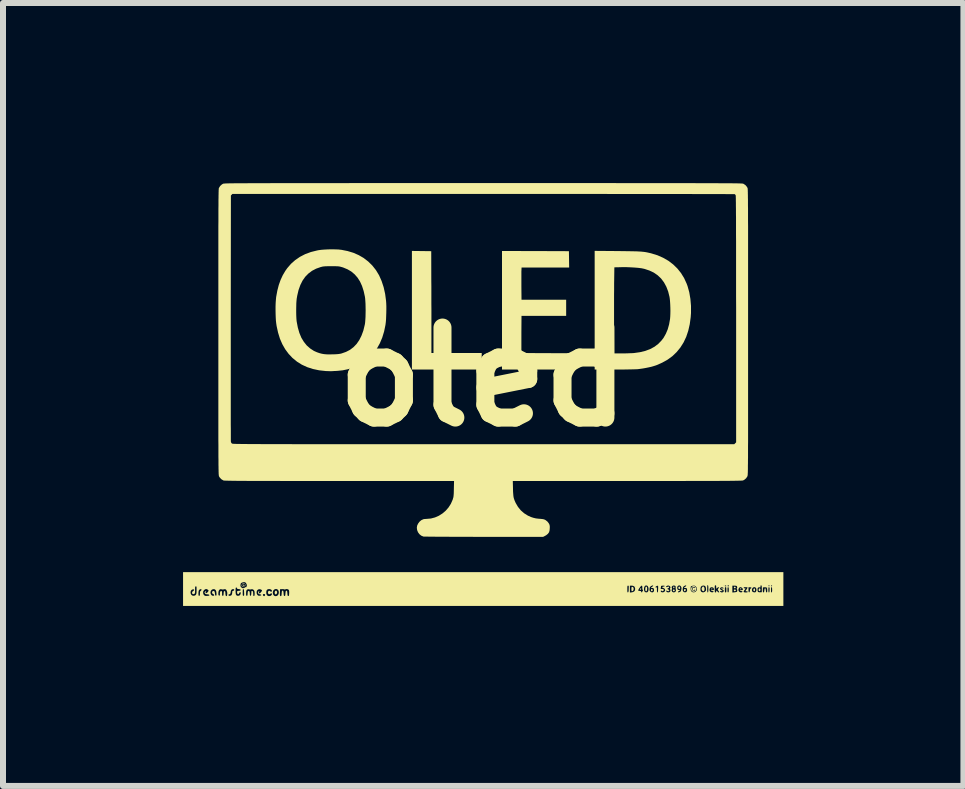
<source format=kicad_pcb>
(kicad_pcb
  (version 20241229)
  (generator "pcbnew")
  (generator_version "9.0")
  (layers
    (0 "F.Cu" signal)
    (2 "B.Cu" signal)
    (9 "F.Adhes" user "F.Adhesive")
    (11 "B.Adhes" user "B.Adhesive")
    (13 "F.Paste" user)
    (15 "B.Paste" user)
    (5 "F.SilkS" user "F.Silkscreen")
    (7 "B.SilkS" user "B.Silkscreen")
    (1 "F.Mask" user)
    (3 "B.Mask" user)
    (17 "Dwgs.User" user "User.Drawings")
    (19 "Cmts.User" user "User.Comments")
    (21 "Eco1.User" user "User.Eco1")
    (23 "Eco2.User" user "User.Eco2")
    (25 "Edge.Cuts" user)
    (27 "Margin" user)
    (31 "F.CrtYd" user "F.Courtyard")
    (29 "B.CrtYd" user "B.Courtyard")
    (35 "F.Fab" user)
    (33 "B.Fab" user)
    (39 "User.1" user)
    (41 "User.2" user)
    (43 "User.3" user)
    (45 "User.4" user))
  (footprint "oled"
    (layer "F.Cu")
    (at 5.001 3.229)
    (property "Reference" "oled" (at 0 0 0) (layer "F.SilkS") (effects (font (size 1.5 1.5) (thickness 0.3))))
    (attr board_only exclude_from_pos_files exclude_from_bom)
    (fp_poly (pts (xy 3.819 3.528) (xy 3.82 3.532) (xy 3.814 3.54) (xy 3.807 3.541) (xy 3.797 3.539) (xy 3.796 3.534) (xy 3.803 3.526) (xy 3.812 3.524)) (stroke (width 0) (type solid)) (fill yes) (layer "F.SilkS"))
    (fp_poly (pts (xy 4.299 3.527) (xy 4.301 3.532) (xy 4.296 3.54) (xy 4.289 3.541) (xy 4.278 3.538) (xy 4.276 3.532) (xy 4.281 3.524) (xy 4.289 3.523)) (stroke (width 0) (type solid)) (fill yes) (layer "F.SilkS"))
    (fp_poly (pts (xy 4.206 3.505) (xy 4.207 3.511) (xy 4.203 3.52) (xy 4.192 3.523) (xy 4.179 3.52) (xy 4.176 3.511) (xy 4.18 3.499) (xy 4.184 3.496) (xy 4.198 3.496)) (stroke (width 0) (type solid)) (fill yes) (layer "F.SilkS"))
    (fp_poly (pts (xy 2.632 3.529) (xy 2.632 3.532) (xy 2.629 3.544) (xy 2.619 3.548) (xy 2.619 3.548) (xy 2.61 3.546) (xy 2.611 3.539) (xy 2.613 3.536) (xy 2.622 3.522) (xy 2.629 3.52)) (stroke (width 0) (type solid)) (fill yes) (layer "F.SilkS"))
    (fp_poly (pts (xy 3.18 3.494) (xy 3.183 3.496) (xy 3.187 3.506) (xy 3.184 3.517) (xy 3.176 3.523) (xy 3.176 3.523) (xy 3.168 3.518) (xy 3.165 3.513) (xy 3.165 3.501) (xy 3.171 3.494)) (stroke (width 0) (type solid)) (fill yes) (layer "F.SilkS"))
    (fp_poly (pts (xy 3.187 3.546) (xy 3.191 3.559) (xy 3.19 3.565) (xy 3.182 3.572) (xy 3.176 3.573) (xy 3.165 3.569) (xy 3.162 3.565) (xy 3.161 3.551) (xy 3.17 3.542) (xy 3.176 3.541)) (stroke (width 0) (type solid)) (fill yes) (layer "F.SilkS"))
    (fp_poly (pts (xy 3.273 3.496) (xy 3.28 3.507) (xy 3.282 3.521) (xy 3.279 3.529) (xy 3.269 3.535) (xy 3.258 3.532) (xy 3.253 3.526) (xy 3.251 3.51) (xy 3.257 3.497) (xy 3.265 3.493)) (stroke (width 0) (type solid)) (fill yes) (layer "F.SilkS"))
    (fp_poly (pts (xy 4.193 3.543) (xy 4.207 3.547) (xy 4.21 3.557) (xy 4.206 3.567) (xy 4.193 3.572) (xy 4.181 3.571) (xy 4.176 3.564) (xy 4.176 3.557) (xy 4.178 3.545) (xy 4.186 3.542)) (stroke (width 0) (type solid)) (fill yes) (layer "F.SilkS"))
    (fp_poly (pts (xy 2.814 3.534) (xy 2.823 3.544) (xy 2.825 3.558) (xy 2.825 3.558) (xy 2.818 3.568) (xy 2.807 3.572) (xy 2.799 3.569) (xy 2.795 3.558) (xy 2.796 3.544) (xy 2.802 3.534) (xy 2.803 3.533)) (stroke (width 0) (type solid)) (fill yes) (layer "F.SilkS"))
    (fp_poly (pts (xy 4.612 3.526) (xy 4.618 3.537) (xy 4.619 3.549) (xy 4.615 3.565) (xy 4.606 3.571) (xy 4.596 3.569) (xy 4.59 3.56) (xy 4.589 3.546) (xy 4.593 3.531) (xy 4.594 3.53) (xy 4.603 3.523)) (stroke (width 0) (type solid)) (fill yes) (layer "F.SilkS"))
    (fp_poly (pts (xy 3.372 3.537) (xy 3.375 3.545) (xy 3.375 3.552) (xy 3.369 3.566) (xy 3.36 3.572) (xy 3.349 3.569) (xy 3.349 3.569) (xy 3.345 3.56) (xy 3.345 3.55) (xy 3.347 3.539) (xy 3.358 3.535) (xy 3.361 3.535)) (stroke (width 0) (type solid)) (fill yes) (layer "F.SilkS"))
    (fp_poly (pts (xy 4.525 3.528) (xy 4.529 3.538) (xy 4.529 3.548) (xy 4.527 3.564) (xy 4.52 3.571) (xy 4.518 3.572) (xy 4.507 3.569) (xy 4.504 3.564) (xy 4.501 3.547) (xy 4.505 3.533) (xy 4.514 3.526) (xy 4.517 3.526)) (stroke (width 0) (type solid)) (fill yes) (layer "F.SilkS"))
    (fp_poly (pts (xy -3.442 3.568) (xy -3.441 3.569) (xy -3.433 3.588) (xy -3.437 3.607) (xy -3.443 3.616) (xy -3.452 3.625) (xy -3.46 3.625) (xy -3.465 3.621) (xy -3.473 3.609) (xy -3.475 3.591) (xy -3.47 3.574) (xy -3.461 3.564) (xy -3.451 3.561)) (stroke (width 0) (type solid)) (fill yes) (layer "F.SilkS"))
    (fp_poly (pts (xy 2.496 3.503) (xy 2.505 3.518) (xy 2.507 3.533) (xy 2.503 3.553) (xy 2.492 3.567) (xy 2.478 3.573) (xy 2.478 3.573) (xy 2.473 3.569) (xy 2.47 3.558) (xy 2.469 3.536) (xy 2.469 3.535) (xy 2.47 3.514) (xy 2.472 3.503) (xy 2.477 3.498) (xy 2.481 3.498)) (stroke (width 0) (type solid)) (fill yes) (layer "F.SilkS"))
    (fp_poly (pts (xy 2.729 3.505) (xy 2.731 3.525) (xy 2.731 3.536) (xy 2.728 3.557) (xy 2.724 3.569) (xy 2.719 3.571) (xy 2.708 3.571) (xy 2.705 3.569) (xy 2.702 3.559) (xy 2.7 3.543) (xy 2.701 3.524) (xy 2.704 3.507) (xy 2.708 3.497) (xy 2.709 3.496) (xy 2.721 3.495)) (stroke (width 0) (type solid)) (fill yes) (layer "F.SilkS"))
    (fp_poly (pts (xy 3.675 3.497) (xy 3.684 3.511) (xy 3.688 3.53) (xy 3.688 3.534) (xy 3.685 3.556) (xy 3.677 3.569) (xy 3.666 3.572) (xy 3.653 3.565) (xy 3.648 3.559) (xy 3.641 3.544) (xy 3.638 3.532) (xy 3.642 3.518) (xy 3.649 3.504) (xy 3.658 3.494) (xy 3.663 3.491)) (stroke (width 0) (type solid)) (fill yes) (layer "F.SilkS"))
    (fp_poly (pts (xy -1.027 -2.096) (xy -0.866 -2.094) (xy -0.865 -1.6) (xy -0.864 -1.511) (xy -0.864 -1.416) (xy -0.864 -1.318) (xy -0.864 -1.219) (xy -0.863 -1.122) (xy -0.863 -1.027) (xy -0.863 -0.937) (xy -0.863 -0.855) (xy -0.863 -0.782) (xy -0.863 -0.752) (xy -0.863 -0.397) (xy -0.444 -0.397) (xy -0.025 -0.397) (xy -0.025 -0.274) (xy -0.025 -0.235) (xy -0.026 -0.199) (xy -0.027 -0.17) (xy -0.028 -0.148) (xy -0.029 -0.136) (xy -0.029 -0.136) (xy -0.033 -0.122) (xy -0.61 -0.122) (xy -1.188 -0.122) (xy -1.188 -1.11) (xy -1.188 -2.098)) (stroke (width 0) (type solid)) (fill yes) (layer "F.SilkS"))
    (fp_poly (pts (xy 0.871 -2.096) (xy 1.428 -2.094) (xy 1.43 -1.958) (xy 1.432 -1.822) (xy 1.035 -1.822) (xy 0.639 -1.822) (xy 0.637 -1.774) (xy 0.636 -1.756) (xy 0.636 -1.728) (xy 0.636 -1.69) (xy 0.636 -1.646) (xy 0.636 -1.597) (xy 0.636 -1.544) (xy 0.636 -1.505) (xy 0.638 -1.285) (xy 1.01 -1.285) (xy 1.382 -1.285) (xy 1.382 -1.15) (xy 1.382 -1.016) (xy 1.01 -1.016) (xy 0.638 -1.016) (xy 0.636 -0.742) (xy 0.636 -0.684) (xy 0.636 -0.628) (xy 0.636 -0.576) (xy 0.636 -0.529) (xy 0.636 -0.49) (xy 0.636 -0.46) (xy 0.636 -0.439) (xy 0.636 -0.433) (xy 0.638 -0.397) (xy 1.033 -0.395) (xy 1.428 -0.394) (xy 1.43 -0.258) (xy 1.432 -0.122) (xy 0.872 -0.122) (xy 0.313 -0.122) (xy 0.313 -1.11) (xy 0.313 -2.097)) (stroke (width 0) (type solid)) (fill yes) (layer "F.SilkS"))
    (fp_poly (pts (xy -3.979 3.44) (xy -3.965 3.453) (xy -3.954 3.469) (xy -3.952 3.48) (xy -3.953 3.488) (xy -3.955 3.484) (xy -3.958 3.474) (xy -3.966 3.458) (xy -3.976 3.448) (xy -3.976 3.448) (xy -3.994 3.443) (xy -4.009 3.449) (xy -4.017 3.463) (xy -4.018 3.482) (xy -4.017 3.485) (xy -4.009 3.495) (xy -3.997 3.497) (xy -3.986 3.492) (xy -3.984 3.488) (xy -3.983 3.478) (xy -3.988 3.473) (xy -3.994 3.478) (xy -3.994 3.478) (xy -4 3.483) (xy -4.003 3.481) (xy -4.004 3.471) (xy -3.996 3.463) (xy -3.986 3.462) (xy -3.978 3.471) (xy -3.977 3.484) (xy -3.982 3.497) (xy -3.994 3.503) (xy -3.995 3.503) (xy -4.01 3.501) (xy -4.018 3.497) (xy -4.026 3.482) (xy -4.024 3.464) (xy -4.016 3.448) (xy -4.002 3.437) (xy -3.992 3.435)) (stroke (width 0) (type solid)) (fill yes) (layer "F.SilkS"))
    (fp_poly (pts (xy 3.524 3.489) (xy 3.536 3.496) (xy 3.542 3.506) (xy 3.541 3.511) (xy 3.54 3.515) (xy 3.544 3.514) (xy 3.549 3.515) (xy 3.551 3.528) (xy 3.551 3.533) (xy 3.546 3.557) (xy 3.532 3.574) (xy 3.513 3.581) (xy 3.498 3.58) (xy 3.479 3.571) (xy 3.468 3.556) (xy 3.464 3.536) (xy 3.465 3.526) (xy 3.48 3.526) (xy 3.484 3.549) (xy 3.493 3.563) (xy 3.508 3.566) (xy 3.522 3.563) (xy 3.531 3.555) (xy 3.532 3.55) (xy 3.529 3.542) (xy 3.522 3.545) (xy 3.516 3.552) (xy 3.509 3.56) (xy 3.502 3.558) (xy 3.497 3.553) (xy 3.49 3.54) (xy 3.491 3.525) (xy 3.497 3.514) (xy 3.507 3.51) (xy 3.518 3.514) (xy 3.521 3.518) (xy 3.527 3.522) (xy 3.529 3.521) (xy 3.531 3.513) (xy 3.524 3.506) (xy 3.512 3.5) (xy 3.499 3.5) (xy 3.499 3.5) (xy 3.485 3.509) (xy 3.48 3.526) (xy 3.465 3.526) (xy 3.466 3.517) (xy 3.476 3.5) (xy 3.491 3.488) (xy 3.508 3.485)) (stroke (width 0) (type solid)) (fill yes) (layer "F.SilkS"))
    (fp_poly (pts (xy 2.233 -2.096) (xy 2.318 -2.095) (xy 2.391 -2.094) (xy 2.455 -2.093) (xy 2.509 -2.092) (xy 2.555 -2.091) (xy 2.595 -2.089) (xy 2.63 -2.087) (xy 2.66 -2.084) (xy 2.688 -2.081) (xy 2.713 -2.077) (xy 2.738 -2.072) (xy 2.764 -2.066) (xy 2.791 -2.06) (xy 2.802 -2.057) (xy 2.903 -2.026) (xy 2.998 -1.984) (xy 3.085 -1.934) (xy 3.164 -1.874) (xy 3.234 -1.806) (xy 3.295 -1.73) (xy 3.347 -1.646) (xy 3.389 -1.554) (xy 3.404 -1.514) (xy 3.433 -1.41) (xy 3.452 -1.299) (xy 3.462 -1.183) (xy 3.462 -1.064) (xy 3.457 -0.994) (xy 3.441 -0.876) (xy 3.416 -0.767) (xy 3.382 -0.666) (xy 3.338 -0.573) (xy 3.285 -0.489) (xy 3.223 -0.413) (xy 3.152 -0.345) (xy 3.071 -0.286) (xy 2.981 -0.236) (xy 2.883 -0.193) (xy 2.839 -0.179) (xy 2.805 -0.169) (xy 2.761 -0.159) (xy 2.712 -0.149) (xy 2.662 -0.14) (xy 2.613 -0.133) (xy 2.573 -0.128) (xy 2.553 -0.127) (xy 2.522 -0.126) (xy 2.482 -0.125) (xy 2.434 -0.124) (xy 2.379 -0.123) (xy 2.32 -0.122) (xy 2.257 -0.122) (xy 2.192 -0.122) (xy 2.181 -0.122) (xy 1.857 -0.122) (xy 1.857 -1.11) (xy 1.857 -1.134) (xy 2.18 -1.134) (xy 2.18 -1.048) (xy 2.18 -0.962) (xy 2.18 -0.889) (xy 2.182 -0.391) (xy 2.312 -0.391) (xy 2.357 -0.391) (xy 2.403 -0.392) (xy 2.447 -0.394) (xy 2.485 -0.395) (xy 2.513 -0.397) (xy 2.612 -0.411) (xy 2.702 -0.433) (xy 2.782 -0.463) (xy 2.854 -0.502) (xy 2.916 -0.549) (xy 2.97 -0.605) (xy 3.004 -0.649) (xy 3.043 -0.718) (xy 3.074 -0.792) (xy 3.097 -0.874) (xy 3.113 -0.965) (xy 3.113 -0.967) (xy 3.116 -1.003) (xy 3.118 -1.048) (xy 3.119 -1.098) (xy 3.118 -1.151) (xy 3.116 -1.205) (xy 3.113 -1.254) (xy 3.109 -1.298) (xy 3.104 -1.332) (xy 3.082 -1.421) (xy 3.051 -1.502) (xy 3.012 -1.574) (xy 2.964 -1.638) (xy 2.907 -1.692) (xy 2.842 -1.737) (xy 2.768 -1.772) (xy 2.685 -1.799) (xy 2.682 -1.8) (xy 2.639 -1.809) (xy 2.586 -1.816) (xy 2.525 -1.821) (xy 2.457 -1.825) (xy 2.384 -1.828) (xy 2.31 -1.828) (xy 2.285 -1.827) (xy 2.185 -1.825) (xy 2.182 -1.607) (xy 2.181 -1.564) (xy 2.181 -1.51) (xy 2.181 -1.448) (xy 2.18 -1.377) (xy 2.18 -1.3) (xy 2.18 -1.218) (xy 2.18 -1.134) (xy 1.857 -1.134) (xy 1.857 -2.099)) (stroke (width 0) (type solid)) (fill yes) (layer "F.SilkS"))
    (fp_poly (pts (xy -2.465 -2.124) (xy -2.412 -2.122) (xy -2.367 -2.117) (xy -2.364 -2.117) (xy -2.259 -2.096) (xy -2.163 -2.067) (xy -2.074 -2.028) (xy -1.993 -1.981) (xy -1.916 -1.922) (xy -1.847 -1.854) (xy -1.787 -1.778) (xy -1.735 -1.692) (xy -1.693 -1.597) (xy -1.659 -1.494) (xy -1.634 -1.382) (xy -1.619 -1.268) (xy -1.616 -1.228) (xy -1.614 -1.179) (xy -1.614 -1.125) (xy -1.615 -1.068) (xy -1.617 -1.011) (xy -1.619 -0.957) (xy -1.623 -0.91) (xy -1.628 -0.872) (xy -1.628 -0.869) (xy -1.651 -0.757) (xy -1.683 -0.652) (xy -1.724 -0.556) (xy -1.774 -0.467) (xy -1.832 -0.388) (xy -1.898 -0.317) (xy -1.972 -0.255) (xy -2.054 -0.203) (xy -2.091 -0.184) (xy -2.169 -0.152) (xy -2.254 -0.127) (xy -2.342 -0.109) (xy -2.429 -0.1) (xy -2.431 -0.1) (xy -2.461 -0.098) (xy -2.49 -0.097) (xy -2.513 -0.095) (xy -2.522 -0.095) (xy -2.539 -0.094) (xy -2.564 -0.095) (xy -2.594 -0.096) (xy -2.623 -0.097) (xy -2.733 -0.109) (xy -2.837 -0.131) (xy -2.933 -0.162) (xy -3.022 -0.203) (xy -3.102 -0.253) (xy -3.175 -0.313) (xy -3.176 -0.313) (xy -3.242 -0.383) (xy -3.299 -0.46) (xy -3.347 -0.544) (xy -3.387 -0.636) (xy -3.418 -0.737) (xy -3.442 -0.846) (xy -3.449 -0.893) (xy -3.454 -0.938) (xy -3.457 -0.991) (xy -3.459 -1.05) (xy -3.46 -1.112) (xy -3.46 -1.127) (xy -3.116 -1.127) (xy -3.116 -1.074) (xy -3.115 -1.023) (xy -3.113 -0.977) (xy -3.11 -0.939) (xy -3.108 -0.922) (xy -3.089 -0.822) (xy -3.063 -0.732) (xy -3.03 -0.652) (xy -2.988 -0.583) (xy -2.94 -0.523) (xy -2.883 -0.473) (xy -2.82 -0.432) (xy -2.77 -0.41) (xy -2.73 -0.396) (xy -2.693 -0.386) (xy -2.654 -0.379) (xy -2.611 -0.375) (xy -2.561 -0.374) (xy -2.516 -0.375) (xy -2.471 -0.376) (xy -2.435 -0.378) (xy -2.406 -0.381) (xy -2.381 -0.385) (xy -2.36 -0.39) (xy -2.286 -0.416) (xy -2.22 -0.45) (xy -2.161 -0.495) (xy -2.109 -0.549) (xy -2.065 -0.613) (xy -2.028 -0.687) (xy -1.997 -0.771) (xy -1.974 -0.866) (xy -1.971 -0.88) (xy -1.967 -0.911) (xy -1.964 -0.951) (xy -1.961 -0.999) (xy -1.96 -1.053) (xy -1.959 -1.108) (xy -1.96 -1.164) (xy -1.961 -1.217) (xy -1.964 -1.265) (xy -1.967 -1.306) (xy -1.971 -1.335) (xy -1.992 -1.43) (xy -2.019 -1.514) (xy -2.053 -1.589) (xy -2.094 -1.653) (xy -2.142 -1.708) (xy -2.198 -1.755) (xy -2.261 -1.792) (xy -2.333 -1.822) (xy -2.349 -1.827) (xy -2.368 -1.832) (xy -2.386 -1.837) (xy -2.403 -1.84) (xy -2.423 -1.842) (xy -2.447 -1.843) (xy -2.479 -1.844) (xy -2.521 -1.844) (xy -2.529 -1.844) (xy -2.573 -1.844) (xy -2.607 -1.843) (xy -2.634 -1.842) (xy -2.656 -1.84) (xy -2.674 -1.838) (xy -2.693 -1.833) (xy -2.706 -1.83) (xy -2.783 -1.803) (xy -2.852 -1.767) (xy -2.912 -1.722) (xy -2.965 -1.668) (xy -3.01 -1.604) (xy -3.047 -1.53) (xy -3.077 -1.446) (xy -3.099 -1.352) (xy -3.108 -1.3) (xy -3.111 -1.268) (xy -3.114 -1.227) (xy -3.115 -1.179) (xy -3.116 -1.127) (xy -3.46 -1.127) (xy -3.46 -1.174) (xy -3.458 -1.233) (xy -3.454 -1.286) (xy -3.45 -1.33) (xy -3.449 -1.335) (xy -3.43 -1.438) (xy -3.406 -1.531) (xy -3.376 -1.615) (xy -3.34 -1.693) (xy -3.297 -1.766) (xy -3.265 -1.811) (xy -3.203 -1.883) (xy -3.132 -1.946) (xy -3.053 -2) (xy -2.966 -2.045) (xy -2.871 -2.08) (xy -2.767 -2.106) (xy -2.741 -2.111) (xy -2.696 -2.117) (xy -2.642 -2.121) (xy -2.583 -2.124) (xy -2.523 -2.125)) (stroke (width 0) (type solid)) (fill yes) (layer "F.SilkS"))
    (fp_poly (pts (xy 0.544 -3.229) (xy 0.798 -3.229) (xy 1.041 -3.229) (xy 1.272 -3.229) (xy 1.492 -3.229) (xy 1.701 -3.229) (xy 1.899 -3.229) (xy 2.088 -3.229) (xy 2.266 -3.228) (xy 2.434 -3.228) (xy 2.593 -3.228) (xy 2.743 -3.228) (xy 2.884 -3.228) (xy 3.016 -3.228) (xy 3.14 -3.228) (xy 3.256 -3.228) (xy 3.364 -3.228) (xy 3.464 -3.228) (xy 3.557 -3.227) (xy 3.644 -3.227) (xy 3.723 -3.227) (xy 3.796 -3.227) (xy 3.863 -3.227) (xy 3.924 -3.226) (xy 3.98 -3.226) (xy 4.03 -3.226) (xy 4.075 -3.226) (xy 4.115 -3.225) (xy 4.151 -3.225) (xy 4.183 -3.224) (xy 4.21 -3.224) (xy 4.234 -3.224) (xy 4.255 -3.223) (xy 4.272 -3.223) (xy 4.287 -3.222) (xy 4.299 -3.222) (xy 4.309 -3.221) (xy 4.317 -3.221) (xy 4.323 -3.22) (xy 4.327 -3.219) (xy 4.331 -3.219) (xy 4.333 -3.218) (xy 4.335 -3.217) (xy 4.335 -3.217) (xy 4.369 -3.195) (xy 4.395 -3.164) (xy 4.404 -3.146) (xy 4.405 -3.143) (xy 4.406 -3.139) (xy 4.406 -3.132) (xy 4.407 -3.122) (xy 4.408 -3.11) (xy 4.408 -3.094) (xy 4.409 -3.075) (xy 4.409 -3.051) (xy 4.41 -3.023) (xy 4.41 -2.991) (xy 4.411 -2.953) (xy 4.411 -2.91) (xy 4.411 -2.86) (xy 4.412 -2.805) (xy 4.412 -2.743) (xy 4.412 -2.674) (xy 4.412 -2.598) (xy 4.413 -2.514) (xy 4.413 -2.422) (xy 4.413 -2.321) (xy 4.413 -2.212) (xy 4.413 -2.093) (xy 4.413 -1.965) (xy 4.413 -1.828) (xy 4.413 -1.679) (xy 4.413 -1.521) (xy 4.413 -1.351) (xy 4.413 -1.17) (xy 4.413 -0.977) (xy 4.413 -0.772) (xy 4.413 -0.746) (xy 4.413 -0.541) (xy 4.413 -0.348) (xy 4.413 -0.166) (xy 4.413 0.004) (xy 4.413 0.162) (xy 4.413 0.311) (xy 4.413 0.449) (xy 4.413 0.577) (xy 4.413 0.695) (xy 4.413 0.805) (xy 4.413 0.905) (xy 4.413 0.997) (xy 4.413 1.082) (xy 4.412 1.158) (xy 4.412 1.228) (xy 4.412 1.29) (xy 4.412 1.346) (xy 4.411 1.396) (xy 4.411 1.439) (xy 4.41 1.478) (xy 4.41 1.512) (xy 4.41 1.54) (xy 4.409 1.565) (xy 4.409 1.586) (xy 4.408 1.603) (xy 4.407 1.617) (xy 4.407 1.628) (xy 4.406 1.637) (xy 4.405 1.643) (xy 4.404 1.649) (xy 4.403 1.652) (xy 4.402 1.655) (xy 4.402 1.657) (xy 4.38 1.69) (xy 4.349 1.716) (xy 4.331 1.725) (xy 4.328 1.726) (xy 4.323 1.727) (xy 4.315 1.728) (xy 4.305 1.728) (xy 4.292 1.729) (xy 4.276 1.73) (xy 4.255 1.73) (xy 4.23 1.731) (xy 4.2 1.731) (xy 4.166 1.732) (xy 4.125 1.732) (xy 4.079 1.733) (xy 4.026 1.733) (xy 3.966 1.733) (xy 3.899 1.734) (xy 3.825 1.734) (xy 3.743 1.734) (xy 3.652 1.734) (xy 3.552 1.734) (xy 3.443 1.734) (xy 3.324 1.735) (xy 3.195 1.735) (xy 3.056 1.735) (xy 2.906 1.735) (xy 2.745 1.735) (xy 2.571 1.735) (xy 2.4 1.735) (xy 0.493 1.735) (xy 0.496 1.858) (xy 0.497 1.91) (xy 0.5 1.951) (xy 0.503 1.986) (xy 0.508 2.015) (xy 0.516 2.041) (xy 0.526 2.068) (xy 0.539 2.097) (xy 0.541 2.101) (xy 0.579 2.166) (xy 0.626 2.224) (xy 0.682 2.273) (xy 0.746 2.313) (xy 0.753 2.316) (xy 0.795 2.335) (xy 0.835 2.348) (xy 0.877 2.358) (xy 0.926 2.364) (xy 0.945 2.365) (xy 0.977 2.368) (xy 0.999 2.371) (xy 1.016 2.376) (xy 1.031 2.382) (xy 1.042 2.389) (xy 1.07 2.411) (xy 1.091 2.438) (xy 1.101 2.456) (xy 1.106 2.471) (xy 1.109 2.49) (xy 1.109 2.516) (xy 1.106 2.557) (xy 1.097 2.589) (xy 1.078 2.615) (xy 1.05 2.638) (xy 1.029 2.65) (xy 0.998 2.666) (xy 0.01 2.666) (xy -0.1 2.666) (xy -0.208 2.665) (xy -0.311 2.665) (xy -0.41 2.665) (xy -0.503 2.665) (xy -0.591 2.664) (xy -0.672 2.664) (xy -0.745 2.664) (xy -0.811 2.663) (xy -0.868 2.663) (xy -0.915 2.662) (xy -0.952 2.662) (xy -0.979 2.661) (xy -0.994 2.661) (xy -0.998 2.66) (xy -1.032 2.646) (xy -1.062 2.622) (xy -1.086 2.59) (xy -1.101 2.553) (xy -1.106 2.514) (xy -1.101 2.479) (xy -1.085 2.445) (xy -1.062 2.414) (xy -1.033 2.389) (xy -1.002 2.374) (xy -1.001 2.373) (xy -0.981 2.369) (xy -0.955 2.367) (xy -0.94 2.366) (xy -0.871 2.36) (xy -0.803 2.342) (xy -0.739 2.314) (xy -0.679 2.276) (xy -0.625 2.23) (xy -0.578 2.176) (xy -0.539 2.115) (xy -0.51 2.049) (xy -0.508 2.044) (xy -0.503 2.026) (xy -0.498 2.01) (xy -0.495 1.993) (xy -0.493 1.972) (xy -0.491 1.947) (xy -0.49 1.913) (xy -0.489 1.87) (xy -0.489 1.865) (xy -0.486 1.735) (xy -2.397 1.735) (xy -2.582 1.735) (xy -2.754 1.735) (xy -2.915 1.735) (xy -3.064 1.735) (xy -3.203 1.735) (xy -3.331 1.735) (xy -3.449 1.734) (xy -3.558 1.734) (xy -3.657 1.734) (xy -3.747 1.734) (xy -3.829 1.734) (xy -3.903 1.734) (xy -3.97 1.733) (xy -4.029 1.733) (xy -4.081 1.733) (xy -4.127 1.732) (xy -4.168 1.732) (xy -4.202 1.731) (xy -4.232 1.731) (xy -4.256 1.73) (xy -4.277 1.73) (xy -4.293 1.729) (xy -4.306 1.728) (xy -4.316 1.728) (xy -4.323 1.727) (xy -4.328 1.726) (xy -4.331 1.725) (xy -4.365 1.704) (xy -4.392 1.674) (xy -4.402 1.657) (xy -4.403 1.654) (xy -4.404 1.651) (xy -4.405 1.647) (xy -4.405 1.641) (xy -4.406 1.634) (xy -4.407 1.624) (xy -4.408 1.612) (xy -4.408 1.597) (xy -4.409 1.579) (xy -4.409 1.557) (xy -4.41 1.531) (xy -4.41 1.501) (xy -4.411 1.466) (xy -4.411 1.425) (xy -4.411 1.379) (xy -4.412 1.328) (xy -4.412 1.27) (xy -4.412 1.205) (xy -4.412 1.133) (xy -4.413 1.054) (xy -4.413 0.967) (xy -4.413 0.872) (xy -4.413 0.769) (xy -4.413 0.656) (xy -4.413 0.534) (xy -4.413 0.403) (xy -4.413 0.262) (xy -4.413 0.11) (xy -4.413 -0.053) (xy -4.413 -0.078) (xy -4.206 -0.078) (xy -4.206 0.056) (xy -4.206 0.183) (xy -4.206 0.304) (xy -4.206 0.418) (xy -4.206 0.525) (xy -4.206 0.623) (xy -4.206 0.714) (xy -4.206 0.796) (xy -4.205 0.868) (xy -4.205 0.931) (xy -4.205 0.984) (xy -4.205 1.026) (xy -4.205 1.057) (xy -4.204 1.076) (xy -4.204 1.083) (xy -4.204 1.083) (xy -4.197 1.099) (xy -4.188 1.11) (xy -4.187 1.111) (xy -4.186 1.111) (xy -4.184 1.112) (xy -4.182 1.113) (xy -4.178 1.113) (xy -4.173 1.114) (xy -4.166 1.115) (xy -4.156 1.115) (xy -4.145 1.116) (xy -4.131 1.116) (xy -4.115 1.117) (xy -4.095 1.117) (xy -4.071 1.118) (xy -4.045 1.118) (xy -4.014 1.119) (xy -3.979 1.119) (xy -3.939 1.119) (xy -3.894 1.12) (xy -3.845 1.12) (xy -3.79 1.12) (xy -3.729 1.12) (xy -3.663 1.121) (xy -3.59 1.121) (xy -3.511 1.121) (xy -3.425 1.121) (xy -3.332 1.121) (xy -3.232 1.121) (xy -3.124 1.122) (xy -3.008 1.122) (xy -2.884 1.122) (xy -2.752 1.122) (xy -2.611 1.122) (xy -2.461 1.122) (xy -2.301 1.122) (xy -2.132 1.122) (xy -1.954 1.122) (xy -1.765 1.122) (xy -1.565 1.122) (xy -1.355 1.122) (xy -1.134 1.122) (xy -0.902 1.122) (xy -0.659 1.122) (xy -0.403 1.122) (xy -0.135 1.122) (xy 0.003 1.122) (xy 4.183 1.122) (xy 4.198 1.107) (xy 4.214 1.091) (xy 4.214 -0.959) (xy 4.214 -1.163) (xy 4.213 -1.354) (xy 4.213 -1.534) (xy 4.213 -1.702) (xy 4.213 -1.858) (xy 4.213 -2.003) (xy 4.213 -2.138) (xy 4.213 -2.261) (xy 4.212 -2.374) (xy 4.212 -2.478) (xy 4.212 -2.571) (xy 4.212 -2.655) (xy 4.211 -2.729) (xy 4.211 -2.795) (xy 4.21 -2.852) (xy 4.21 -2.9) (xy 4.209 -2.94) (xy 4.209 -2.972) (xy 4.208 -2.996) (xy 4.208 -3.013) (xy 4.207 -3.022) (xy 4.206 -3.025) (xy 4.198 -3.038) (xy 4.19 -3.044) (xy 4.183 -3.045) (xy 4.164 -3.045) (xy 4.133 -3.045) (xy 4.091 -3.045) (xy 4.038 -3.045) (xy 3.973 -3.046) (xy 3.898 -3.046) (xy 3.813 -3.046) (xy 3.718 -3.046) (xy 3.613 -3.046) (xy 3.499 -3.046) (xy 3.377 -3.047) (xy 3.245 -3.047) (xy 3.105 -3.047) (xy 2.958 -3.047) (xy 2.802 -3.047) (xy 2.64 -3.047) (xy 2.47 -3.047) (xy 2.294 -3.047) (xy 2.111 -3.047) (xy 1.923 -3.048) (xy 1.729 -3.048) (xy 1.529 -3.048) (xy 1.324 -3.048) (xy 1.115 -3.048) (xy 0.901 -3.048) (xy 0.683 -3.048) (xy 0.462 -3.048) (xy 0.237 -3.048) (xy 0.009 -3.048) (xy 0.001 -3.048) (xy -4.179 -3.048) (xy -4.191 -3.035) (xy -4.204 -3.022) (xy -4.206 -0.977) (xy -4.206 -0.817) (xy -4.206 -0.661) (xy -4.206 -0.509) (xy -4.206 -0.36) (xy -4.206 -0.216) (xy -4.206 -0.078) (xy -4.413 -0.078) (xy -4.413 -0.226) (xy -4.413 -0.411) (xy -4.413 -0.608) (xy -4.413 -0.746) (xy -4.413 -0.952) (xy -4.413 -1.146) (xy -4.413 -1.329) (xy -4.413 -1.5) (xy -4.413 -1.66) (xy -4.413 -1.81) (xy -4.413 -1.949) (xy -4.413 -2.078) (xy -4.413 -2.198) (xy -4.413 -2.308) (xy -4.413 -2.41) (xy -4.413 -2.503) (xy -4.412 -2.588) (xy -4.412 -2.665) (xy -4.412 -2.735) (xy -4.412 -2.798) (xy -4.411 -2.854) (xy -4.411 -2.904) (xy -4.411 -2.948) (xy -4.41 -2.986) (xy -4.41 -3.019) (xy -4.409 -3.048) (xy -4.409 -3.072) (xy -4.408 -3.092) (xy -4.408 -3.108) (xy -4.407 -3.121) (xy -4.406 -3.131) (xy -4.406 -3.138) (xy -4.405 -3.143) (xy -4.404 -3.146) (xy -4.404 -3.146) (xy -4.383 -3.18) (xy -4.353 -3.207) (xy -4.335 -3.217) (xy -4.334 -3.218) (xy -4.331 -3.219) (xy -4.328 -3.219) (xy -4.323 -3.22) (xy -4.317 -3.22) (xy -4.31 -3.221) (xy -4.3 -3.222) (xy -4.288 -3.222) (xy -4.274 -3.223) (xy -4.257 -3.223) (xy -4.237 -3.224) (xy -4.213 -3.224) (xy -4.186 -3.224) (xy -4.154 -3.225) (xy -4.119 -3.225) (xy -4.079 -3.225) (xy -4.035 -3.226) (xy -3.985 -3.226) (xy -3.93 -3.226) (xy -3.87 -3.227) (xy -3.803 -3.227) (xy -3.731 -3.227) (xy -3.652 -3.227) (xy -3.567 -3.227) (xy -3.474 -3.228) (xy -3.375 -3.228) (xy -3.267 -3.228) (xy -3.152 -3.228) (xy -3.029 -3.228) (xy -2.898 -3.228) (xy -2.758 -3.228) (xy -2.609 -3.228) (xy -2.451 -3.228) (xy -2.284 -3.228) (xy -2.107 -3.229) (xy -1.92 -3.229) (xy -1.722 -3.229) (xy -1.514 -3.229) (xy -1.296 -3.229) (xy -1.066 -3.229) (xy -0.824 -3.229) (xy -0.572 -3.229) (xy -0.307 -3.229) (xy -0.03 -3.229) (xy -0.000001 -3.229) (xy 0.278 -3.229)) (stroke (width 0) (type solid)) (fill yes) (layer "F.SilkS"))
    (fp_poly (pts (xy 5.001 3.535) (xy 5.001 3.817) (xy -0.000001 3.817) (xy -5.001 3.817) (xy -5.001 3.583) (xy -4.876 3.583) (xy -4.875 3.605) (xy -4.866 3.627) (xy -4.863 3.631) (xy -4.846 3.644) (xy -4.824 3.648) (xy -4.803 3.643) (xy -4.79 3.634) (xy -4.784 3.625) (xy -4.78 3.614) (xy -4.778 3.606) (xy -4.745 3.606) (xy -4.744 3.628) (xy -4.743 3.641) (xy -4.739 3.646) (xy -4.733 3.648) (xy -4.732 3.648) (xy -4.725 3.646) (xy -4.722 3.64) (xy -4.72 3.627) (xy -4.72 3.611) (xy -4.719 3.589) (xy -4.718 3.585) (xy -4.667 3.585) (xy -4.666 3.607) (xy -4.658 3.628) (xy -4.644 3.643) (xy -4.631 3.649) (xy -4.618 3.65) (xy -4.599 3.649) (xy -4.581 3.648) (xy -4.568 3.645) (xy -4.564 3.644) (xy -4.564 3.637) (xy -4.566 3.632) (xy -4.574 3.626) (xy -4.592 3.623) (xy -4.598 3.623) (xy -4.617 3.621) (xy -4.629 3.616) (xy -4.636 3.607) (xy -4.643 3.595) (xy -4.642 3.587) (xy -4.635 3.579) (xy -4.625 3.57) (xy -4.618 3.567) (xy -4.615 3.57) (xy -4.619 3.574) (xy -4.625 3.586) (xy -4.625 3.598) (xy -4.617 3.604) (xy -4.615 3.604) (xy -4.604 3.599) (xy -4.592 3.588) (xy -4.589 3.584) (xy -4.544 3.584) (xy -4.543 3.607) (xy -4.534 3.629) (xy -4.532 3.631) (xy -4.519 3.643) (xy -4.504 3.648) (xy -4.491 3.647) (xy -4.483 3.64) (xy -4.482 3.636) (xy -4.488 3.625) (xy -4.498 3.62) (xy -4.511 3.612) (xy -4.518 3.599) (xy -4.517 3.584) (xy -4.51 3.572) (xy -4.496 3.567) (xy -4.495 3.567) (xy -4.482 3.57) (xy -4.474 3.583) (xy -4.469 3.607) (xy -4.469 3.614) (xy -4.467 3.632) (xy -4.463 3.642) (xy -4.456 3.645) (xy -4.455 3.645) (xy -4.448 3.643) (xy -4.444 3.637) (xy -4.444 3.624) (xy -4.444 3.613) (xy -4.413 3.613) (xy -4.411 3.634) (xy -4.403 3.644) (xy -4.398 3.645) (xy -4.391 3.643) (xy -4.387 3.636) (xy -4.387 3.62) (xy -4.388 3.617) (xy -4.386 3.593) (xy -4.38 3.576) (xy -4.37 3.568) (xy -4.361 3.568) (xy -4.355 3.574) (xy -4.352 3.586) (xy -4.351 3.607) (xy -4.351 3.61) (xy -4.351 3.631) (xy -4.349 3.643) (xy -4.344 3.647) (xy -4.339 3.648) (xy -4.332 3.646) (xy -4.328 3.64) (xy -4.326 3.625) (xy -4.325 3.609) (xy -4.323 3.587) (xy -4.321 3.575) (xy -4.316 3.57) (xy -4.31 3.57) (xy -4.302 3.572) (xy -4.298 3.58) (xy -4.296 3.598) (xy -4.294 3.627) (xy -4.29 3.645) (xy -4.284 3.653) (xy -4.28 3.654) (xy -4.272 3.649) (xy -4.267 3.64) (xy -4.267 3.635) (xy -4.245 3.635) (xy -4.24 3.645) (xy -4.228 3.649) (xy -4.213 3.647) (xy -4.198 3.64) (xy -4.192 3.634) (xy -4.186 3.619) (xy -4.182 3.599) (xy -4.182 3.593) (xy -4.181 3.576) (xy -4.177 3.568) (xy -4.171 3.567) (xy -4.166 3.565) (xy -4.126 3.565) (xy -4.125 3.6) (xy -4.121 3.624) (xy -4.113 3.638) (xy -4.101 3.646) (xy -4.085 3.648) (xy -4.068 3.645) (xy -4.055 3.638) (xy -4.055 3.638) (xy -4.045 3.624) (xy -4.04 3.607) (xy -4.041 3.593) (xy -4.041 3.592) (xy -4.042 3.591) (xy -4.007 3.591) (xy -4.007 3.618) (xy -4.006 3.635) (xy -4.004 3.644) (xy -4 3.647) (xy -3.994 3.648) (xy -3.988 3.647) (xy -3.985 3.643) (xy -3.983 3.633) (xy -3.983 3.615) (xy -3.983 3.604) (xy -3.951 3.604) (xy -3.951 3.627) (xy -3.949 3.64) (xy -3.945 3.646) (xy -3.939 3.648) (xy -3.939 3.648) (xy -3.932 3.646) (xy -3.928 3.64) (xy -3.926 3.625) (xy -3.925 3.609) (xy -3.923 3.587) (xy -3.92 3.575) (xy -3.916 3.569) (xy -3.91 3.568) (xy -3.899 3.57) (xy -3.892 3.581) (xy -3.889 3.602) (xy -3.889 3.621) (xy -3.887 3.64) (xy -3.882 3.647) (xy -3.88 3.648) (xy -3.871 3.644) (xy -3.866 3.631) (xy -3.864 3.607) (xy -3.863 3.597) (xy -3.863 3.579) (xy -3.86 3.569) (xy -3.853 3.567) (xy -3.852 3.567) (xy -3.842 3.569) (xy -3.836 3.579) (xy -3.833 3.597) (xy -3.832 3.62) (xy -3.831 3.642) (xy -3.826 3.652) (xy -3.818 3.651) (xy -3.812 3.645) (xy -3.809 3.634) (xy -3.808 3.616) (xy -3.809 3.594) (xy -3.809 3.59) (xy -3.776 3.59) (xy -3.773 3.614) (xy -3.763 3.632) (xy -3.752 3.643) (xy -3.739 3.647) (xy -3.724 3.647) (xy -3.705 3.643) (xy -3.698 3.637) (xy -3.698 3.635) (xy -3.701 3.63) (xy -3.671 3.63) (xy -3.668 3.642) (xy -3.659 3.651) (xy -3.65 3.654) (xy -3.643 3.65) (xy -3.638 3.645) (xy -3.633 3.632) (xy -3.639 3.621) (xy -3.653 3.617) (xy -3.654 3.617) (xy -3.666 3.621) (xy -3.671 3.63) (xy -3.701 3.63) (xy -3.703 3.627) (xy -3.717 3.624) (xy -3.733 3.62) (xy -3.743 3.615) (xy -3.75 3.603) (xy -3.75 3.586) (xy -3.743 3.574) (xy -3.733 3.567) (xy -3.73 3.57) (xy -3.733 3.582) (xy -3.737 3.596) (xy -3.733 3.605) (xy -3.733 3.606) (xy -3.726 3.608) (xy -3.72 3.605) (xy -3.615 3.605) (xy -3.609 3.627) (xy -3.609 3.627) (xy -3.595 3.645) (xy -3.575 3.653) (xy -3.549 3.651) (xy -3.546 3.65) (xy -3.533 3.642) (xy -3.523 3.629) (xy -3.517 3.617) (xy -3.519 3.611) (xy -3.526 3.608) (xy -3.541 3.61) (xy -3.548 3.614) (xy -3.562 3.622) (xy -3.575 3.619) (xy -3.584 3.608) (xy -3.587 3.592) (xy -3.587 3.589) (xy -3.506 3.589) (xy -3.502 3.618) (xy -3.498 3.629) (xy -3.483 3.647) (xy -3.463 3.654) (xy -3.441 3.651) (xy -3.423 3.64) (xy -3.411 3.621) (xy -3.41 3.618) (xy -3.388 3.618) (xy -3.387 3.638) (xy -3.383 3.649) (xy -3.377 3.653) (xy -3.371 3.653) (xy -3.365 3.649) (xy -3.361 3.64) (xy -3.359 3.623) (xy -3.358 3.608) (xy -3.356 3.583) (xy -3.353 3.568) (xy -3.347 3.562) (xy -3.339 3.561) (xy -3.333 3.566) (xy -3.329 3.579) (xy -3.326 3.602) (xy -3.326 3.609) (xy -3.324 3.632) (xy -3.321 3.644) (xy -3.316 3.65) (xy -3.31 3.651) (xy -3.303 3.649) (xy -3.299 3.643) (xy -3.297 3.63) (xy -3.295 3.607) (xy -3.295 3.607) (xy -3.293 3.584) (xy -3.29 3.571) (xy -3.286 3.565) (xy -3.279 3.563) (xy -3.279 3.563) (xy -3.272 3.565) (xy -3.268 3.571) (xy -3.265 3.584) (xy -3.263 3.607) (xy -3.263 3.607) (xy -3.261 3.63) (xy -3.259 3.643) (xy -3.254 3.649) (xy -3.248 3.651) (xy -3.248 3.651) (xy -3.241 3.65) (xy -3.237 3.644) (xy -3.235 3.632) (xy -3.234 3.61) (xy -3.233 3.605) (xy -3.233 3.579) (xy -3.235 3.562) (xy -3.239 3.551) (xy -3.242 3.547) (xy -3.255 3.539) (xy -3.271 3.536) (xy 2.401 3.536) (xy 2.401 3.563) (xy 2.402 3.579) (xy 2.404 3.588) (xy 2.408 3.591) (xy 2.412 3.59) (xy 2.417 3.588) (xy 2.42 3.58) (xy 2.423 3.565) (xy 2.424 3.541) (xy 2.424 3.535) (xy 2.444 3.535) (xy 2.444 3.592) (xy 2.462 3.592) (xy 2.481 3.589) (xy 2.5 3.584) (xy 2.518 3.572) (xy 2.526 3.56) (xy 2.582 3.56) (xy 2.587 3.564) (xy 2.602 3.566) (xy 2.607 3.567) (xy 2.623 3.568) (xy 2.63 3.572) (xy 2.632 3.579) (xy 2.636 3.589) (xy 2.641 3.592) (xy 2.649 3.586) (xy 2.651 3.579) (xy 2.653 3.569) (xy 2.657 3.567) (xy 2.662 3.561) (xy 2.663 3.557) (xy 2.66 3.549) (xy 2.657 3.548) (xy 2.653 3.542) (xy 2.653 3.54) (xy 2.678 3.54) (xy 2.679 3.549) (xy 2.684 3.567) (xy 2.691 3.581) (xy 2.692 3.582) (xy 2.708 3.59) (xy 2.726 3.59) (xy 2.736 3.587) (xy 2.748 3.573) (xy 2.754 3.551) (xy 2.754 3.543) (xy 2.77 3.543) (xy 2.772 3.561) (xy 2.78 3.574) (xy 2.786 3.579) (xy 2.803 3.589) (xy 2.817 3.591) (xy 2.829 3.588) (xy 2.841 3.577) (xy 2.846 3.559) (xy 2.844 3.537) (xy 2.843 3.535) (xy 2.837 3.522) (xy 2.828 3.517) (xy 2.816 3.518) (xy 2.8 3.518) (xy 2.795 3.514) (xy 2.802 3.507) (xy 2.87 3.507) (xy 2.877 3.508) (xy 2.882 3.507) (xy 2.888 3.506) (xy 2.892 3.509) (xy 2.894 3.519) (xy 2.894 3.539) (xy 2.894 3.547) (xy 2.895 3.572) (xy 2.897 3.585) (xy 2.901 3.591) (xy 2.903 3.592) (xy 2.908 3.589) (xy 2.911 3.579) (xy 2.912 3.569) (xy 2.957 3.569) (xy 2.962 3.581) (xy 2.975 3.589) (xy 2.992 3.59) (xy 3.01 3.586) (xy 3.019 3.579) (xy 3.029 3.566) (xy 3.031 3.557) (xy 3.088 3.557) (xy 3.091 3.56) (xy 3.095 3.557) (xy 3.091 3.554) (xy 3.088 3.557) (xy 3.031 3.557) (xy 3.032 3.555) (xy 3.027 3.538) (xy 3.015 3.523) (xy 2.999 3.517) (xy 2.997 3.516) (xy 2.985 3.514) (xy 2.983 3.506) (xy 2.983 3.506) (xy 2.991 3.497) (xy 2.994 3.496) (xy 3.046 3.496) (xy 3.048 3.502) (xy 3.058 3.504) (xy 3.069 3.501) (xy 3.074 3.497) (xy 3.084 3.493) (xy 3.093 3.498) (xy 3.097 3.507) (xy 3.094 3.514) (xy 3.083 3.522) (xy 3.078 3.523) (xy 3.07 3.526) (xy 3.07 3.534) (xy 3.077 3.541) (xy 3.084 3.543) (xy 3.095 3.548) (xy 3.1 3.558) (xy 3.096 3.568) (xy 3.091 3.57) (xy 3.079 3.571) (xy 3.066 3.566) (xy 3.052 3.561) (xy 3.046 3.565) (xy 3.05 3.574) (xy 3.054 3.579) (xy 3.071 3.59) (xy 3.093 3.59) (xy 3.107 3.585) (xy 3.116 3.575) (xy 3.12 3.56) (xy 3.118 3.548) (xy 3.139 3.548) (xy 3.14 3.563) (xy 3.147 3.578) (xy 3.149 3.58) (xy 3.165 3.59) (xy 3.184 3.59) (xy 3.201 3.581) (xy 3.204 3.579) (xy 3.211 3.565) (xy 3.21 3.55) (xy 3.207 3.531) (xy 3.206 3.516) (xy 3.232 3.516) (xy 3.236 3.538) (xy 3.248 3.55) (xy 3.266 3.552) (xy 3.271 3.55) (xy 3.281 3.548) (xy 3.281 3.551) (xy 3.273 3.559) (xy 3.262 3.569) (xy 3.253 3.573) (xy 3.246 3.578) (xy 3.245 3.583) (xy 3.247 3.59) (xy 3.257 3.59) (xy 3.262 3.589) (xy 3.277 3.583) (xy 3.287 3.578) (xy 3.295 3.565) (xy 3.3 3.547) (xy 3.323 3.547) (xy 3.328 3.569) (xy 3.341 3.584) (xy 3.359 3.59) (xy 3.38 3.587) (xy 3.382 3.585) (xy 3.393 3.573) (xy 3.398 3.554) (xy 3.395 3.538) (xy 3.456 3.538) (xy 3.46 3.561) (xy 3.473 3.579) (xy 3.492 3.589) (xy 3.514 3.59) (xy 3.536 3.582) (xy 3.54 3.579) (xy 3.556 3.559) (xy 3.561 3.535) (xy 3.557 3.521) (xy 3.62 3.521) (xy 3.62 3.551) (xy 3.623 3.564) (xy 3.633 3.58) (xy 3.65 3.589) (xy 3.67 3.59) (xy 3.69 3.582) (xy 3.699 3.575) (xy 3.709 3.564) (xy 3.713 3.552) (xy 3.712 3.534) (xy 3.712 3.529) (xy 3.732 3.529) (xy 3.732 3.558) (xy 3.734 3.577) (xy 3.736 3.587) (xy 3.74 3.591) (xy 3.742 3.592) (xy 3.746 3.589) (xy 3.749 3.582) (xy 3.75 3.566) (xy 3.751 3.55) (xy 3.77 3.55) (xy 3.774 3.569) (xy 3.777 3.574) (xy 3.796 3.587) (xy 3.818 3.59) (xy 3.829 3.588) (xy 3.838 3.581) (xy 3.837 3.574) (xy 3.827 3.569) (xy 3.819 3.569) (xy 3.804 3.567) (xy 3.796 3.562) (xy 3.796 3.562) (xy 3.799 3.556) (xy 3.813 3.554) (xy 3.819 3.554) (xy 3.836 3.553) (xy 3.844 3.547) (xy 3.843 3.534) (xy 3.843 3.532) (xy 3.857 3.532) (xy 3.857 3.56) (xy 3.858 3.577) (xy 3.86 3.587) (xy 3.864 3.591) (xy 3.87 3.592) (xy 3.88 3.588) (xy 3.882 3.576) (xy 3.884 3.564) (xy 3.886 3.56) (xy 3.892 3.565) (xy 3.902 3.575) (xy 3.902 3.576) (xy 3.913 3.587) (xy 3.924 3.592) (xy 3.931 3.59) (xy 3.932 3.586) (xy 3.929 3.578) (xy 3.924 3.571) (xy 3.945 3.571) (xy 3.95 3.582) (xy 3.964 3.59) (xy 3.976 3.592) (xy 3.991 3.589) (xy 4 3.584) (xy 4.008 3.569) (xy 4.005 3.555) (xy 3.996 3.548) (xy 4.026 3.548) (xy 4.026 3.571) (xy 4.028 3.584) (xy 4.031 3.59) (xy 4.037 3.591) (xy 4.038 3.592) (xy 4.045 3.59) (xy 4.049 3.585) (xy 4.051 3.573) (xy 4.051 3.551) (xy 4.051 3.548) (xy 4.051 3.547) (xy 4.07 3.547) (xy 4.07 3.548) (xy 4.07 3.571) (xy 4.072 3.584) (xy 4.075 3.59) (xy 4.08 3.59) (xy 4.081 3.59) (xy 4.087 3.587) (xy 4.09 3.578) (xy 4.091 3.562) (xy 4.092 3.548) (xy 4.091 3.536) (xy 4.151 3.536) (xy 4.151 3.593) (xy 4.186 3.59) (xy 4.207 3.587) (xy 4.222 3.583) (xy 4.228 3.58) (xy 4.233 3.568) (xy 4.233 3.553) (xy 4.23 3.539) (xy 4.23 3.539) (xy 4.252 3.539) (xy 4.253 3.56) (xy 4.262 3.577) (xy 4.277 3.588) (xy 4.297 3.591) (xy 4.31 3.588) (xy 4.319 3.581) (xy 4.318 3.574) (xy 4.308 3.569) (xy 4.3 3.569) (xy 4.286 3.567) (xy 4.278 3.562) (xy 4.278 3.562) (xy 4.28 3.556) (xy 4.294 3.554) (xy 4.301 3.554) (xy 4.317 3.553) (xy 4.325 3.549) (xy 4.326 3.541) (xy 4.321 3.525) (xy 4.309 3.513) (xy 4.339 3.513) (xy 4.344 3.521) (xy 4.354 3.523) (xy 4.366 3.524) (xy 4.37 3.527) (xy 4.366 3.534) (xy 4.358 3.547) (xy 4.354 3.551) (xy 4.341 3.57) (xy 4.339 3.583) (xy 4.347 3.589) (xy 4.366 3.591) (xy 4.373 3.592) (xy 4.394 3.591) (xy 4.404 3.588) (xy 4.407 3.582) (xy 4.402 3.575) (xy 4.389 3.573) (xy 4.375 3.572) (xy 4.37 3.57) (xy 4.37 3.57) (xy 4.373 3.563) (xy 4.382 3.55) (xy 4.386 3.544) (xy 4.42 3.544) (xy 4.42 3.565) (xy 4.422 3.581) (xy 4.424 3.587) (xy 4.433 3.591) (xy 4.439 3.582) (xy 4.443 3.564) (xy 4.443 3.56) (xy 4.477 3.56) (xy 4.484 3.577) (xy 4.49 3.582) (xy 4.51 3.59) (xy 4.53 3.59) (xy 4.537 3.587) (xy 4.547 3.573) (xy 4.553 3.554) (xy 4.552 3.548) (xy 4.57 3.548) (xy 4.572 3.57) (xy 4.58 3.584) (xy 4.596 3.589) (xy 4.617 3.589) (xy 4.642 3.588) (xy 4.642 3.567) (xy 4.658 3.567) (xy 4.661 3.583) (xy 4.667 3.59) (xy 4.673 3.592) (xy 4.679 3.588) (xy 4.682 3.574) (xy 4.684 3.559) (xy 4.686 3.538) (xy 4.69 3.527) (xy 4.696 3.524) (xy 4.703 3.525) (xy 4.706 3.533) (xy 4.708 3.55) (xy 4.709 3.555) (xy 4.711 3.576) (xy 4.715 3.587) (xy 4.721 3.59) (xy 4.728 3.59) (xy 4.731 3.584) (xy 4.732 3.569) (xy 4.732 3.555) (xy 4.732 3.547) (xy 4.751 3.547) (xy 4.752 3.571) (xy 4.754 3.585) (xy 4.758 3.591) (xy 4.761 3.592) (xy 4.767 3.588) (xy 4.77 3.574) (xy 4.771 3.563) (xy 4.771 3.548) (xy 4.795 3.548) (xy 4.795 3.572) (xy 4.797 3.585) (xy 4.801 3.591) (xy 4.804 3.592) (xy 4.809 3.589) (xy 4.812 3.58) (xy 4.814 3.561) (xy 4.814 3.548) (xy 4.813 3.524) (xy 4.811 3.51) (xy 4.807 3.505) (xy 4.804 3.504) (xy 4.799 3.507) (xy 4.796 3.516) (xy 4.795 3.534) (xy 4.795 3.548) (xy 4.771 3.548) (xy 4.771 3.543) (xy 4.772 3.525) (xy 4.772 3.521) (xy 4.768 3.509) (xy 4.762 3.505) (xy 4.756 3.506) (xy 4.753 3.511) (xy 4.752 3.524) (xy 4.751 3.547) (xy 4.732 3.547) (xy 4.731 3.53) (xy 4.725 3.514) (xy 4.724 3.513) (xy 4.739 3.513) (xy 4.742 3.516) (xy 4.745 3.513) (xy 4.742 3.51) (xy 4.739 3.513) (xy 4.724 3.513) (xy 4.714 3.507) (xy 4.694 3.506) (xy 4.688 3.506) (xy 4.661 3.508) (xy 4.659 3.541) (xy 4.658 3.567) (xy 4.642 3.567) (xy 4.642 3.532) (xy 4.641 3.505) (xy 4.64 3.488) (xy 4.639 3.482) (xy 4.751 3.482) (xy 4.756 3.489) (xy 4.764 3.49) (xy 4.771 3.484) (xy 4.772 3.482) (xy 4.772 3.482) (xy 4.795 3.482) (xy 4.8 3.49) (xy 4.804 3.491) (xy 4.813 3.486) (xy 4.814 3.482) (xy 4.809 3.474) (xy 4.804 3.473) (xy 4.796 3.478) (xy 4.795 3.482) (xy 4.772 3.482) (xy 4.768 3.476) (xy 4.762 3.474) (xy 4.753 3.476) (xy 4.751 3.482) (xy 4.639 3.482) (xy 4.638 3.479) (xy 4.633 3.475) (xy 4.631 3.474) (xy 4.623 3.475) (xy 4.62 3.485) (xy 4.62 3.491) (xy 4.619 3.505) (xy 4.614 3.508) (xy 4.608 3.507) (xy 4.592 3.507) (xy 4.583 3.51) (xy 4.575 3.517) (xy 4.571 3.53) (xy 4.57 3.548) (xy 4.552 3.548) (xy 4.552 3.534) (xy 4.551 3.531) (xy 4.541 3.513) (xy 4.526 3.505) (xy 4.515 3.504) (xy 4.497 3.509) (xy 4.484 3.523) (xy 4.477 3.541) (xy 4.477 3.56) (xy 4.443 3.56) (xy 4.444 3.559) (xy 4.446 3.539) (xy 4.452 3.529) (xy 4.458 3.526) (xy 4.469 3.519) (xy 4.469 3.513) (xy 4.46 3.507) (xy 4.445 3.506) (xy 4.42 3.506) (xy 4.42 3.544) (xy 4.386 3.544) (xy 4.388 3.541) (xy 4.398 3.525) (xy 4.404 3.513) (xy 4.404 3.509) (xy 4.396 3.506) (xy 4.38 3.504) (xy 4.369 3.504) (xy 4.35 3.505) (xy 4.34 3.509) (xy 4.339 3.513) (xy 4.309 3.513) (xy 4.307 3.512) (xy 4.29 3.504) (xy 4.286 3.504) (xy 4.27 3.509) (xy 4.261 3.518) (xy 4.252 3.539) (xy 4.23 3.539) (xy 4.226 3.535) (xy 4.222 3.53) (xy 4.225 3.526) (xy 4.231 3.516) (xy 4.232 3.502) (xy 4.226 3.488) (xy 4.225 3.486) (xy 4.215 3.482) (xy 4.197 3.479) (xy 4.184 3.479) (xy 4.151 3.479) (xy 4.151 3.536) (xy 4.091 3.536) (xy 4.091 3.525) (xy 4.089 3.512) (xy 4.084 3.506) (xy 4.081 3.505) (xy 4.075 3.506) (xy 4.072 3.511) (xy 4.07 3.524) (xy 4.07 3.547) (xy 4.051 3.547) (xy 4.051 3.525) (xy 4.049 3.512) (xy 4.046 3.506) (xy 4.039 3.504) (xy 4.038 3.504) (xy 4.032 3.505) (xy 4.028 3.51) (xy 4.026 3.523) (xy 4.026 3.544) (xy 4.026 3.548) (xy 3.996 3.548) (xy 3.991 3.544) (xy 3.985 3.541) (xy 3.971 3.535) (xy 3.964 3.529) (xy 3.963 3.528) (xy 3.969 3.524) (xy 3.984 3.525) (xy 3.985 3.525) (xy 4.002 3.526) (xy 4.007 3.522) (xy 4.002 3.515) (xy 3.992 3.509) (xy 3.974 3.505) (xy 3.96 3.509) (xy 3.948 3.52) (xy 3.946 3.533) (xy 3.955 3.545) (xy 3.968 3.554) (xy 3.984 3.562) (xy 3.988 3.569) (xy 3.981 3.571) (xy 3.967 3.57) (xy 3.952 3.569) (xy 3.945 3.57) (xy 3.945 3.571) (xy 3.924 3.571) (xy 3.92 3.565) (xy 3.92 3.565) (xy 3.91 3.552) (xy 3.908 3.543) (xy 3.914 3.532) (xy 3.92 3.522) (xy 3.928 3.51) (xy 3.929 3.505) (xy 3.922 3.504) (xy 3.922 3.504) (xy 3.91 3.508) (xy 3.897 3.518) (xy 3.882 3.531) (xy 3.882 3.502) (xy 3.881 3.484) (xy 4.023 3.484) (xy 4.023 3.486) (xy 4.031 3.49) (xy 4.042 3.491) (xy 4.05 3.488) (xy 4.051 3.486) (xy 4.049 3.482) (xy 4.07 3.482) (xy 4.075 3.49) (xy 4.082 3.491) (xy 4.092 3.488) (xy 4.095 3.482) (xy 4.09 3.474) (xy 4.082 3.473) (xy 4.072 3.477) (xy 4.07 3.482) (xy 4.049 3.482) (xy 4.046 3.477) (xy 4.045 3.476) (xy 4.036 3.475) (xy 4.027 3.478) (xy 4.023 3.484) (xy 3.881 3.484) (xy 3.881 3.484) (xy 3.878 3.476) (xy 4.007 3.476) (xy 4.01 3.479) (xy 4.013 3.476) (xy 4.01 3.473) (xy 4.007 3.476) (xy 3.878 3.476) (xy 3.878 3.475) (xy 3.871 3.473) (xy 3.87 3.473) (xy 3.864 3.474) (xy 3.86 3.478) (xy 3.858 3.488) (xy 3.857 3.506) (xy 3.857 3.532) (xy 3.843 3.532) (xy 3.841 3.524) (xy 3.832 3.512) (xy 3.816 3.506) (xy 3.798 3.506) (xy 3.782 3.513) (xy 3.782 3.514) (xy 3.773 3.529) (xy 3.77 3.55) (xy 3.751 3.55) (xy 3.751 3.54) (xy 3.751 3.533) (xy 3.751 3.504) (xy 3.749 3.485) (xy 3.746 3.475) (xy 3.742 3.47) (xy 3.742 3.47) (xy 3.737 3.471) (xy 3.734 3.476) (xy 3.733 3.489) (xy 3.732 3.511) (xy 3.732 3.529) (xy 3.712 3.529) (xy 3.712 3.528) (xy 3.707 3.501) (xy 3.696 3.485) (xy 3.679 3.478) (xy 3.665 3.477) (xy 3.643 3.483) (xy 3.627 3.498) (xy 3.62 3.521) (xy 3.557 3.521) (xy 3.554 3.508) (xy 3.554 3.507) (xy 3.538 3.487) (xy 3.517 3.478) (xy 3.492 3.48) (xy 3.484 3.482) (xy 3.47 3.487) (xy 3.462 3.488) (xy 3.462 3.488) (xy 3.46 3.492) (xy 3.457 3.506) (xy 3.456 3.529) (xy 3.456 3.538) (xy 3.395 3.538) (xy 3.395 3.532) (xy 3.394 3.532) (xy 3.388 3.521) (xy 3.379 3.517) (xy 3.366 3.518) (xy 3.35 3.518) (xy 3.345 3.514) (xy 3.353 3.506) (xy 3.363 3.499) (xy 3.376 3.49) (xy 3.382 3.481) (xy 3.382 3.481) (xy 3.381 3.475) (xy 3.376 3.473) (xy 3.365 3.477) (xy 3.354 3.482) (xy 3.338 3.492) (xy 3.328 3.509) (xy 3.324 3.533) (xy 3.323 3.547) (xy 3.3 3.547) (xy 3.301 3.544) (xy 3.304 3.522) (xy 3.302 3.507) (xy 3.293 3.49) (xy 3.281 3.479) (xy 3.268 3.474) (xy 3.257 3.476) (xy 3.248 3.481) (xy 3.237 3.492) (xy 3.232 3.506) (xy 3.232 3.516) (xy 3.206 3.516) (xy 3.206 3.51) (xy 3.206 3.509) (xy 3.206 3.493) (xy 3.201 3.484) (xy 3.192 3.479) (xy 3.172 3.476) (xy 3.155 3.482) (xy 3.143 3.494) (xy 3.14 3.51) (xy 3.144 3.522) (xy 3.147 3.534) (xy 3.145 3.538) (xy 3.139 3.548) (xy 3.118 3.548) (xy 3.118 3.545) (xy 3.113 3.538) (xy 3.11 3.531) (xy 3.113 3.526) (xy 3.12 3.511) (xy 3.116 3.496) (xy 3.105 3.484) (xy 3.09 3.477) (xy 3.072 3.478) (xy 3.065 3.48) (xy 3.052 3.489) (xy 3.046 3.496) (xy 2.994 3.496) (xy 3.003 3.495) (xy 3.017 3.492) (xy 3.024 3.487) (xy 3.022 3.482) (xy 3.009 3.479) (xy 2.995 3.479) (xy 2.975 3.48) (xy 2.965 3.484) (xy 2.963 3.488) (xy 2.962 3.5) (xy 2.959 3.516) (xy 2.959 3.516) (xy 2.957 3.53) (xy 2.961 3.535) (xy 2.973 3.535) (xy 2.993 3.535) (xy 3.003 3.537) (xy 3.007 3.544) (xy 3.007 3.551) (xy 3.003 3.565) (xy 2.993 3.572) (xy 2.982 3.569) (xy 2.98 3.567) (xy 2.969 3.561) (xy 2.96 3.562) (xy 2.957 3.569) (xy 2.912 3.569) (xy 2.913 3.56) (xy 2.914 3.535) (xy 2.915 3.51) (xy 2.914 3.491) (xy 2.913 3.48) (xy 2.913 3.479) (xy 2.905 3.481) (xy 2.89 3.485) (xy 2.889 3.486) (xy 2.877 3.493) (xy 2.87 3.501) (xy 2.87 3.507) (xy 2.802 3.507) (xy 2.803 3.506) (xy 2.813 3.499) (xy 2.826 3.489) (xy 2.832 3.48) (xy 2.829 3.475) (xy 2.818 3.476) (xy 2.818 3.476) (xy 2.792 3.488) (xy 2.777 3.505) (xy 2.773 3.517) (xy 2.77 3.543) (xy 2.754 3.543) (xy 2.755 3.527) (xy 2.75 3.504) (xy 2.74 3.486) (xy 2.734 3.481) (xy 2.716 3.475) (xy 2.7 3.479) (xy 2.688 3.493) (xy 2.68 3.514) (xy 2.678 3.54) (xy 2.653 3.54) (xy 2.651 3.528) (xy 2.651 3.513) (xy 2.65 3.493) (xy 2.648 3.483) (xy 2.642 3.479) (xy 2.639 3.479) (xy 2.631 3.484) (xy 2.619 3.497) (xy 2.606 3.514) (xy 2.594 3.532) (xy 2.585 3.549) (xy 2.582 3.56) (xy 2.526 3.56) (xy 2.529 3.553) (xy 2.532 3.53) (xy 2.526 3.508) (xy 2.517 3.494) (xy 2.508 3.488) (xy 2.526 3.488) (xy 2.529 3.491) (xy 2.532 3.488) (xy 2.529 3.485) (xy 2.526 3.488) (xy 2.508 3.488) (xy 2.502 3.484) (xy 2.483 3.479) (xy 2.473 3.479) (xy 2.444 3.479) (xy 2.444 3.535) (xy 2.424 3.535) (xy 2.424 3.534) (xy 2.425 3.507) (xy 2.425 3.491) (xy 2.423 3.483) (xy 2.418 3.479) (xy 2.413 3.479) (xy 2.407 3.48) (xy 2.404 3.484) (xy 2.402 3.494) (xy 2.401 3.512) (xy 2.401 3.536) (xy -3.271 3.536) (xy -3.271 3.536) (xy -3.288 3.536) (xy -3.298 3.542) (xy -3.298 3.542) (xy -3.305 3.545) (xy -3.31 3.542) (xy -3.32 3.538) (xy -3.338 3.537) (xy -3.351 3.537) (xy -3.385 3.538) (xy -3.387 3.588) (xy -3.388 3.618) (xy -3.41 3.618) (xy -3.405 3.597) (xy -3.407 3.573) (xy -3.416 3.552) (xy -3.42 3.548) (xy -3.439 3.536) (xy -3.461 3.535) (xy -3.481 3.543) (xy -3.497 3.559) (xy -3.498 3.561) (xy -3.506 3.589) (xy -3.587 3.589) (xy -3.586 3.584) (xy -3.578 3.569) (xy -3.566 3.563) (xy -3.554 3.568) (xy -3.551 3.571) (xy -3.539 3.579) (xy -3.527 3.579) (xy -3.52 3.571) (xy -3.52 3.566) (xy -3.525 3.552) (xy -3.539 3.542) (xy -3.558 3.536) (xy -3.579 3.537) (xy -3.598 3.544) (xy -3.599 3.544) (xy -3.61 3.559) (xy -3.615 3.58) (xy -3.615 3.605) (xy -3.72 3.605) (xy -3.718 3.603) (xy -3.704 3.59) (xy -3.692 3.574) (xy -3.686 3.562) (xy -3.686 3.557) (xy -3.696 3.547) (xy -3.712 3.54) (xy -3.731 3.538) (xy -3.741 3.539) (xy -3.759 3.549) (xy -3.772 3.567) (xy -3.776 3.59) (xy -3.809 3.59) (xy -3.811 3.574) (xy -3.813 3.567) (xy -3.823 3.551) (xy -3.839 3.54) (xy -3.858 3.538) (xy -3.866 3.54) (xy -3.885 3.543) (xy -3.894 3.541) (xy -3.91 3.538) (xy -3.921 3.539) (xy -3.936 3.546) (xy -3.945 3.558) (xy -3.95 3.578) (xy -3.951 3.604) (xy -3.983 3.604) (xy -3.984 3.593) (xy -3.985 3.566) (xy -3.987 3.55) (xy -3.99 3.541) (xy -3.995 3.537) (xy -3.996 3.536) (xy -4.001 3.537) (xy -4.005 3.541) (xy -4.006 3.553) (xy -4.007 3.573) (xy -4.007 3.591) (xy -4.042 3.591) (xy -4.05 3.586) (xy -4.058 3.591) (xy -4.064 3.601) (xy -4.073 3.617) (xy -4.084 3.622) (xy -4.093 3.616) (xy -4.1 3.601) (xy -4.101 3.587) (xy -4.1 3.575) (xy -4.096 3.569) (xy -4.084 3.566) (xy -4.071 3.565) (xy -4.053 3.563) (xy -4.044 3.559) (xy -4.042 3.552) (xy -4.042 3.551) (xy -4.044 3.543) (xy -4.052 3.539) (xy -4.069 3.537) (xy -4.071 3.536) (xy -4.09 3.534) (xy -4.099 3.53) (xy -4.101 3.523) (xy -4.101 3.522) (xy -4.106 3.512) (xy -4.114 3.51) (xy -4.12 3.511) (xy -4.123 3.516) (xy -4.125 3.526) (xy -4.126 3.545) (xy -4.126 3.565) (xy -4.166 3.565) (xy -4.157 3.562) (xy -4.149 3.553) (xy -4.149 3.544) (xy -4.158 3.537) (xy -4.172 3.536) (xy -4.187 3.542) (xy -4.195 3.548) (xy -4.205 3.567) (xy -4.207 3.584) (xy -4.211 3.607) (xy -4.221 3.62) (xy -4.234 3.623) (xy -4.243 3.628) (xy -4.245 3.635) (xy -4.267 3.635) (xy -4.264 3.612) (xy -4.266 3.585) (xy -4.274 3.562) (xy -4.285 3.545) (xy -4.297 3.538) (xy -4.314 3.538) (xy -4.325 3.541) (xy -4.34 3.544) (xy -4.356 3.54) (xy -4.377 3.537) (xy -4.395 3.546) (xy -4.406 3.564) (xy -4.411 3.581) (xy -4.413 3.613) (xy -4.444 3.613) (xy -4.444 3.607) (xy -4.448 3.575) (xy -4.458 3.552) (xy -4.473 3.54) (xy -4.479 3.538) (xy -4.502 3.537) (xy -4.522 3.547) (xy -4.536 3.563) (xy -4.544 3.584) (xy -4.589 3.584) (xy -4.581 3.574) (xy -4.576 3.562) (xy -4.576 3.561) (xy -4.581 3.552) (xy -4.594 3.543) (xy -4.609 3.536) (xy -4.618 3.535) (xy -4.636 3.541) (xy -4.653 3.555) (xy -4.665 3.575) (xy -4.667 3.585) (xy -4.718 3.585) (xy -4.716 3.576) (xy -4.71 3.568) (xy -4.704 3.564) (xy -4.694 3.553) (xy -4.693 3.543) (xy -4.701 3.538) (xy -4.713 3.538) (xy -4.728 3.545) (xy -4.738 3.558) (xy -4.743 3.578) (xy -4.745 3.606) (xy -4.778 3.606) (xy -4.777 3.597) (xy -4.776 3.571) (xy -4.776 3.563) (xy -4.776 3.533) (xy -4.776 3.512) (xy -4.777 3.5) (xy -4.779 3.494) (xy -4.782 3.492) (xy -4.788 3.491) (xy -4.789 3.491) (xy -4.794 3.492) (xy -4.798 3.497) (xy -4.8 3.506) (xy -4.801 3.524) (xy -4.801 3.551) (xy -4.801 3.579) (xy -4.802 3.597) (xy -4.805 3.607) (xy -4.809 3.613) (xy -4.816 3.617) (xy -4.817 3.618) (xy -4.833 3.621) (xy -4.845 3.615) (xy -4.851 3.603) (xy -4.85 3.589) (xy -4.842 3.575) (xy -4.832 3.568) (xy -4.819 3.557) (xy -4.816 3.547) (xy -4.823 3.541) (xy -4.836 3.54) (xy -4.855 3.547) (xy -4.869 3.562) (xy -4.876 3.583) (xy -5.001 3.583) (xy -5.001 3.535) (xy -5.001 3.473) (xy -4.045 3.473) (xy -4.042 3.493) (xy -4.031 3.507) (xy -4.028 3.51) (xy -4.011 3.521) (xy -3.995 3.521) (xy -3.98 3.516) (xy -3.968 3.507) (xy -3.962 3.501) (xy -3.958 3.499) (xy -3.957 3.504) (xy -3.955 3.509) (xy -3.95 3.505) (xy -3.944 3.495) (xy -3.94 3.484) (xy -3.938 3.474) (xy -3.942 3.455) (xy -3.952 3.437) (xy -3.965 3.424) (xy -3.972 3.421) (xy -3.993 3.421) (xy -4.014 3.426) (xy -4.031 3.434) (xy -4.037 3.439) (xy -4.042 3.453) (xy -4.045 3.471) (xy -4.045 3.473) (xy -5.001 3.473) (xy -5.001 3.254) (xy -0.000001 3.254) (xy 5.001 3.254)) (stroke (width 0) (type solid)) (fill yes) (layer "F.SilkS")))
  (gr_rect
    (start -3 -3)
    (end 13.002 10.045)
    (stroke (width 0.1) (type default))
    (fill no)
    (layer "Edge.Cuts")))
</source>
